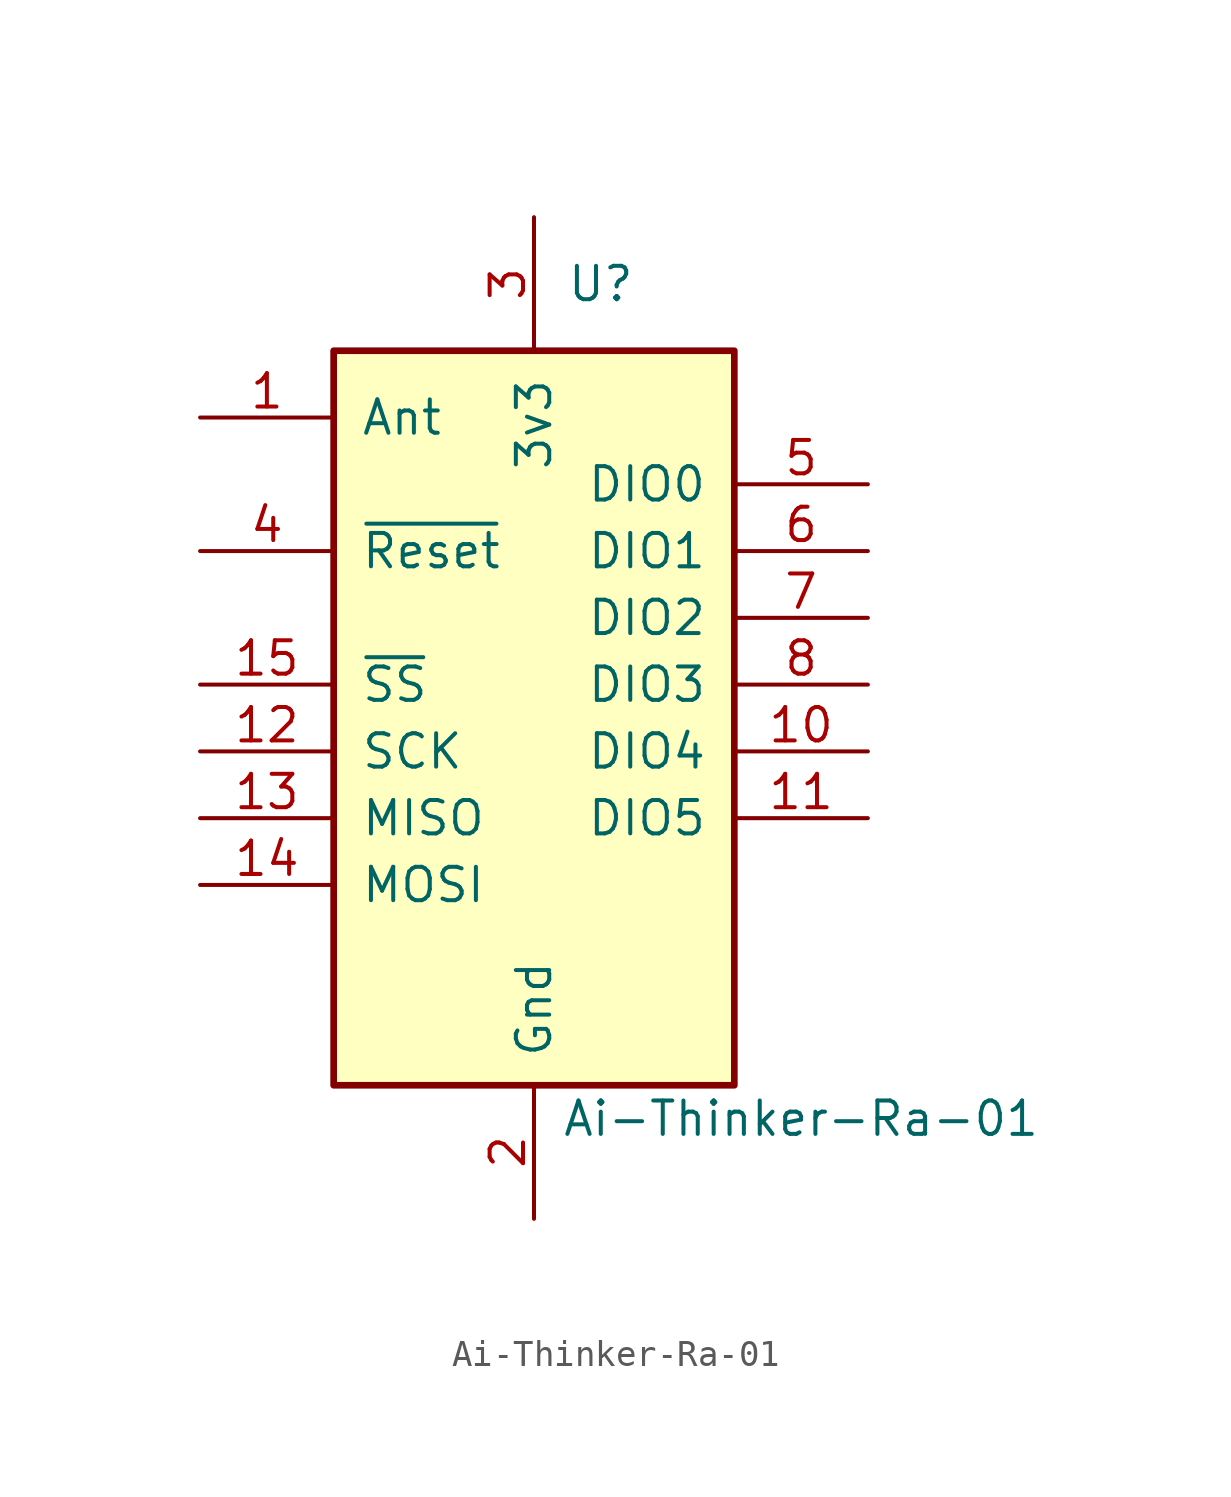
<source format=kicad_sym>
(kicad_symbol_lib
  (version 20211014)
  (generator kicad_symbol_editor)
  (symbol "Ai-Thinker-Ra-01"
    (pin_names
      (offset 1.016))
    (property "Reference" "U"
      (at 2.54 17.78 0)
      (effects (font (size 1.27 1.27))))
    (property "Value" "Ai-Thinker-Ra-01"
      (at 10.16 -13.97 0)
      (effects (font (size 1.27 1.27))))
    (symbol "Ai-Thinker-Ra-01_0_1"
      (rectangle (start -7.62 15.24) (end 7.62 -12.7) (stroke (width 0.254) (type default) (color 0 0 0 0)) (fill (type background))))
    (symbol "Ai-Thinker-Ra-01_1_1"
      (pin input line (at -12.7 12.7 0) (length 5.08) (name "Ant" (effects (font (size 1.27 1.27)))) (number "1" (effects (font (size 1.27 1.27)))))
      (pin bidirectional line (at 12.7 0 180) (length 5.08) (name "DIO4" (effects (font (size 1.27 1.27)))) (number "10" (effects (font (size 1.27 1.27)))))
      (pin bidirectional line (at 12.7 -2.54 180) (length 5.08) (name "DIO5" (effects (font (size 1.27 1.27)))) (number "11" (effects (font (size 1.27 1.27)))))
      (pin bidirectional line (at -12.7 0 0) (length 5.08) (name "SCK" (effects (font (size 1.27 1.27)))) (number "12" (effects (font (size 1.27 1.27)))))
      (pin output line (at -12.7 -2.54 0) (length 5.08) (name "MISO" (effects (font (size 1.27 1.27)))) (number "13" (effects (font (size 1.27 1.27)))))
      (pin input line (at -12.7 -5.08 0) (length 5.08) (name "MOSI" (effects (font (size 1.27 1.27)))) (number "14" (effects (font (size 1.27 1.27)))))
      (pin input line (at -12.7 2.54 0) (length 5.08) (name "~{SS}" (effects (font (size 1.27 1.27)))) (number "15" (effects (font (size 1.27 1.27)))))
      (pin passive line (at 0 -17.78 90) (length 5.08) hide (name "Gnd" (effects (font (size 1.27 1.27)))) (number "16" (effects (font (size 1.27 1.27)))))
      (pin power_in line (at 0 -17.78 90) (length 5.08) (name "Gnd" (effects (font (size 1.27 1.27)))) (number "2" (effects (font (size 1.27 1.27)))))
      (pin power_in line (at 0 20.32 270) (length 5.08) (name "3v3" (effects (font (size 1.27 1.27)))) (number "3" (effects (font (size 1.27 1.27)))))
      (pin input line (at -12.7 7.62 0) (length 5.08) (name "~{Reset}" (effects (font (size 1.27 1.27)))) (number "4" (effects (font (size 1.27 1.27)))))
      (pin bidirectional line (at 12.7 10.16 180) (length 5.08) (name "DIO0" (effects (font (size 1.27 1.27)))) (number "5" (effects (font (size 1.27 1.27)))))
      (pin bidirectional line (at 12.7 7.62 180) (length 5.08) (name "DIO1" (effects (font (size 1.27 1.27)))) (number "6" (effects (font (size 1.27 1.27)))))
      (pin bidirectional line (at 12.7 5.08 180) (length 5.08) (name "DIO2" (effects (font (size 1.27 1.27)))) (number "7" (effects (font (size 1.27 1.27)))))
      (pin bidirectional line (at 12.7 2.54 180) (length 5.08) (name "DIO3" (effects (font (size 1.27 1.27)))) (number "8" (effects (font (size 1.27 1.27)))))
      (pin passive line (at 0 -17.78 90) (length 5.08) hide (name "Gnd" (effects (font (size 1.27 1.27)))) (number "9" (effects (font (size 1.27 1.27))))))))
</source>
